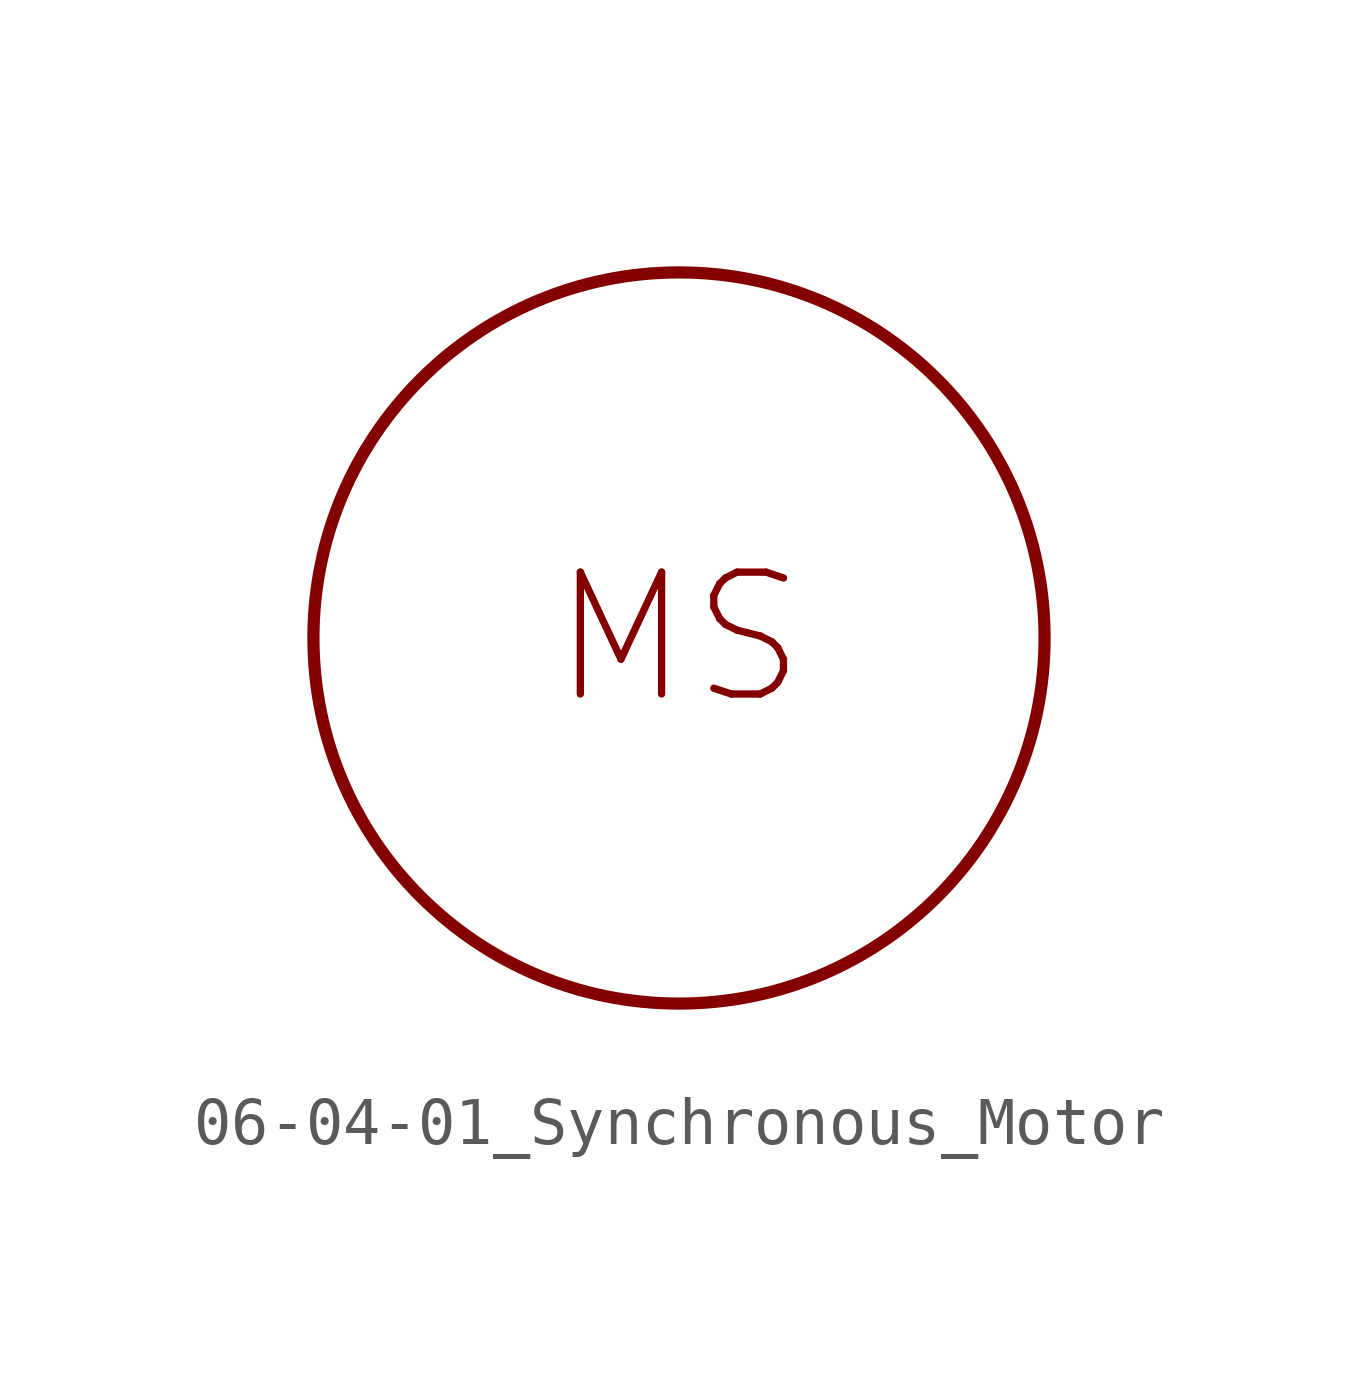
<source format=kicad_sym>
(kicad_symbol_lib
  (version 20201005)
  (generator kicad_symbol_editor)
  (symbol "Symbol_IEC_60617-6:06-04-01_Synchronous_Motor"
    (property "Reference" "#SYM"
      (at 0 0 0)
      (effects (font (size 1.27 1.27)) hide))
    (symbol "06-04-01_Synchronous_Motor_0_1"
      (circle (center 0 0) (radius 7.62) (stroke (width 0.254)) (fill (type none))))
    (symbol "06-04-01_Synchronous_Motor_1_1"
      (text "MS" (at 0 0 0) (effects (font (size 2.54 2.54)))))))
</source>
